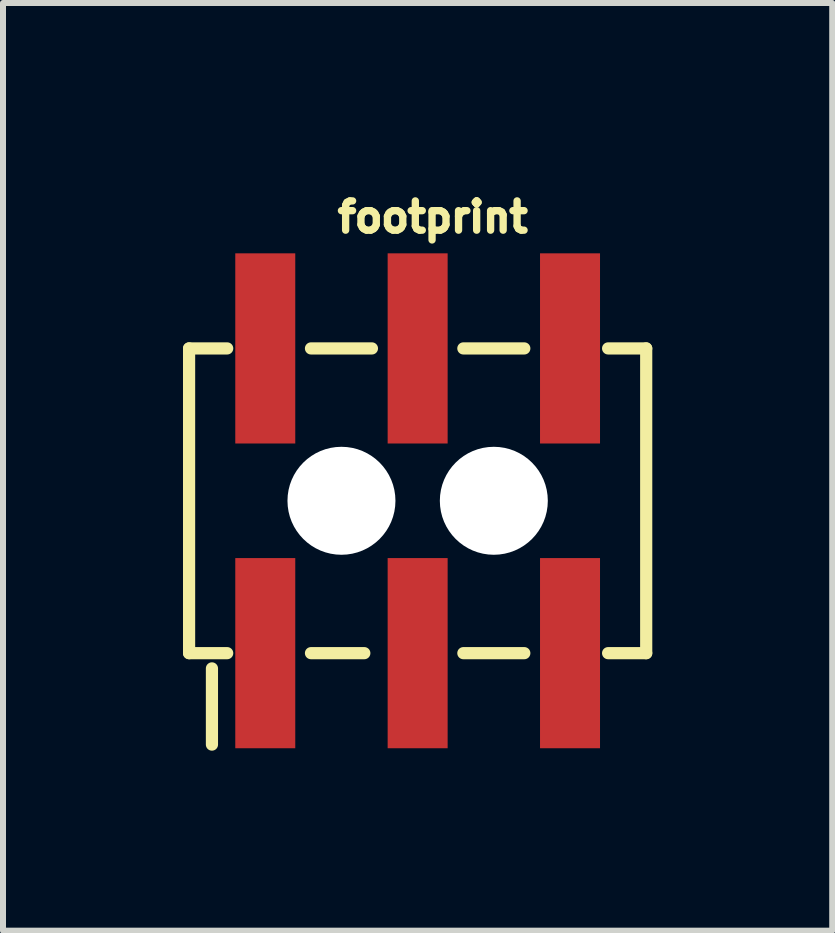
<source format=kicad_pcb>
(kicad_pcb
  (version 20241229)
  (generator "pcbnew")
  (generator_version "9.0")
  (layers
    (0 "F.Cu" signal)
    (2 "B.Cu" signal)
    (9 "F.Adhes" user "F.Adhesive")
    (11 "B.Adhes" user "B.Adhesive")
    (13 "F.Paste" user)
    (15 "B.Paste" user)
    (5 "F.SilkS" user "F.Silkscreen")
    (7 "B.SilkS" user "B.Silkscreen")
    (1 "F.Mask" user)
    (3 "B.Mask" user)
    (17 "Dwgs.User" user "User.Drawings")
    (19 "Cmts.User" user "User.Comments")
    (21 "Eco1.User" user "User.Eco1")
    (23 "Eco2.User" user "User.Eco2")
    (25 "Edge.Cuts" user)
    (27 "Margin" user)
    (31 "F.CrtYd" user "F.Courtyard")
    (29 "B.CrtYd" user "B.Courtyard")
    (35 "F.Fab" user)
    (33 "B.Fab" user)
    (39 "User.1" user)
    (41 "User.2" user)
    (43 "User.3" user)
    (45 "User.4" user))
  (footprint "footprint"
    (layer "F.Cu")
    (at 3.912 5.298)
    (property "Reference" "footprint" (at -1.397 -4.445 0) (layer "F.SilkS") (effects (font (size 0.488 0.488) (thickness 0.122)) (justify left bottom)))
    (fp_line (start -3.81 -2.54) (end -3.81 2.54) (stroke (width 0.203) (type solid)) (layer "F.SilkS"))
    (fp_line (start -3.81 2.54) (end -3.175 2.54) (stroke (width 0.203) (type solid)) (layer "F.SilkS"))
    (fp_line (start -3.429 4.064) (end -3.429 2.794) (stroke (width 0.203) (type solid)) (layer "F.SilkS"))
    (fp_line (start -3.175 -2.54) (end -3.81 -2.54) (stroke (width 0.203) (type solid)) (layer "F.SilkS"))
    (fp_line (start -1.778 -2.54) (end -0.762 -2.54) (stroke (width 0.203) (type solid)) (layer "F.SilkS"))
    (fp_line (start -1.778 2.54) (end -0.889 2.54) (stroke (width 0.203) (type solid)) (layer "F.SilkS"))
    (fp_line (start 0.762 -2.54) (end 1.778 -2.54) (stroke (width 0.203) (type solid)) (layer "F.SilkS"))
    (fp_line (start 0.762 2.54) (end 1.778 2.54) (stroke (width 0.203) (type solid)) (layer "F.SilkS"))
    (fp_line (start 3.175 -2.54) (end 3.81 -2.54) (stroke (width 0.203) (type solid)) (layer "F.SilkS"))
    (fp_line (start 3.81 -2.54) (end 3.81 2.54) (stroke (width 0.203) (type solid)) (layer "F.SilkS"))
    (fp_line (start 3.81 2.54) (end 3.175 2.54) (stroke (width 0.203) (type solid)) (layer "F.SilkS"))
    (pad "" np_thru_hole circle (at -1.27 0) (size 1.8 1.8) (drill 1.8) (layers "*.Cu" "*.Mask"))
    (pad "" np_thru_hole circle (at 1.27 0) (size 1.8 1.8) (drill 1.8) (layers "*.Cu" "*.Mask"))
    (pad "1" smd rect (at -2.54 2.54 90) (size 3.17 1) (layers "F.Cu" "F.Mask" "F.Paste"))
    (pad "2" smd rect (at -2.54 -2.54 90) (size 3.17 1) (layers "F.Cu" "F.Mask" "F.Paste"))
    (pad "3" smd rect (at 0 2.54 90) (size 3.17 1) (layers "F.Cu" "F.Mask" "F.Paste"))
    (pad "4" smd rect (at 0 -2.54 90) (size 3.17 1) (layers "F.Cu" "F.Mask" "F.Paste"))
    (pad "5" smd rect (at 2.54 2.54 90) (size 3.17 1) (layers "F.Cu" "F.Mask" "F.Paste"))
    (pad "6" smd rect (at 2.54 -2.54 90) (size 3.17 1) (layers "F.Cu" "F.Mask" "F.Paste")))
  (gr_rect
    (start -3 -3)
    (end 10.823 12.464)
    (stroke (width 0.1) (type default))
    (fill no)
    (layer "Edge.Cuts")))
</source>
